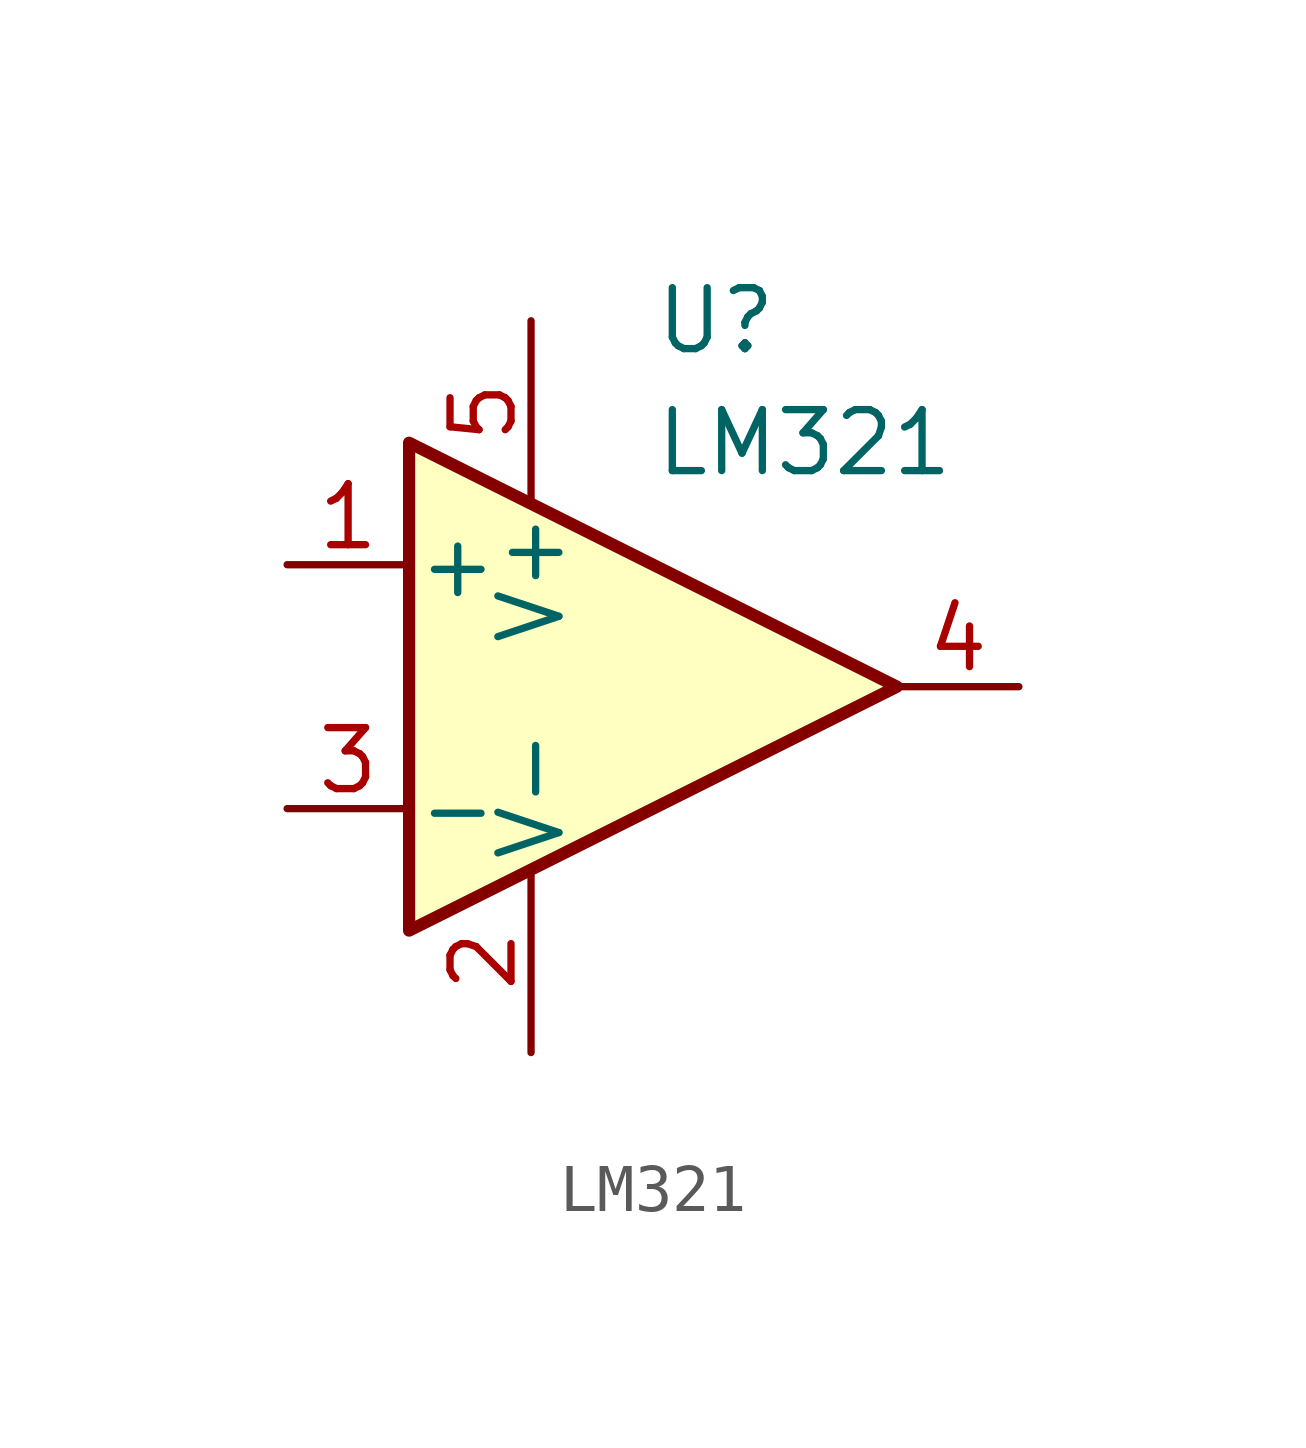
<source format=kicad_sym>
(kicad_symbol_lib
  (version 20201005)
  (generator kicad_symbol_editor)
  (symbol "LM321"
    (pin_names
      (offset 0.127))
    (property "Reference" "U"
      (at 0 7.62 0)
      (effects (font (size 1.27 1.27)) (justify left)))
    (property "Value" "LM321"
      (at 0 5.08 0)
      (effects (font (size 1.27 1.27)) (justify left)))
    (symbol "LM321_0_1"
      (polyline (pts (xy -5.08 5.08) (xy 5.08 0) (xy -5.08 -5.08) (xy -5.08 5.08)) (stroke (width 0.254)) (fill (type background))))
    (symbol "LM321_1_1"
      (pin input line (at -7.62 2.54 0) (length 2.54) (name "+" (effects (font (size 1.27 1.27)))) (number "1" (effects (font (size 1.27 1.27)))))
      (pin power_in line (at -2.54 -7.62 90) (length 3.81) (name "V-" (effects (font (size 1.27 1.27)))) (number "2" (effects (font (size 1.27 1.27)))))
      (pin input line (at -7.62 -2.54 0) (length 2.54) (name "-" (effects (font (size 1.27 1.27)))) (number "3" (effects (font (size 1.27 1.27)))))
      (pin output line (at 7.62 0 180) (length 2.54) (name "~" (effects (font (size 1.27 1.27)))) (number "4" (effects (font (size 1.27 1.27)))))
      (pin power_in line (at -2.54 7.62 270) (length 3.81) (name "V+" (effects (font (size 1.27 1.27)))) (number "5" (effects (font (size 1.27 1.27))))))))
</source>
